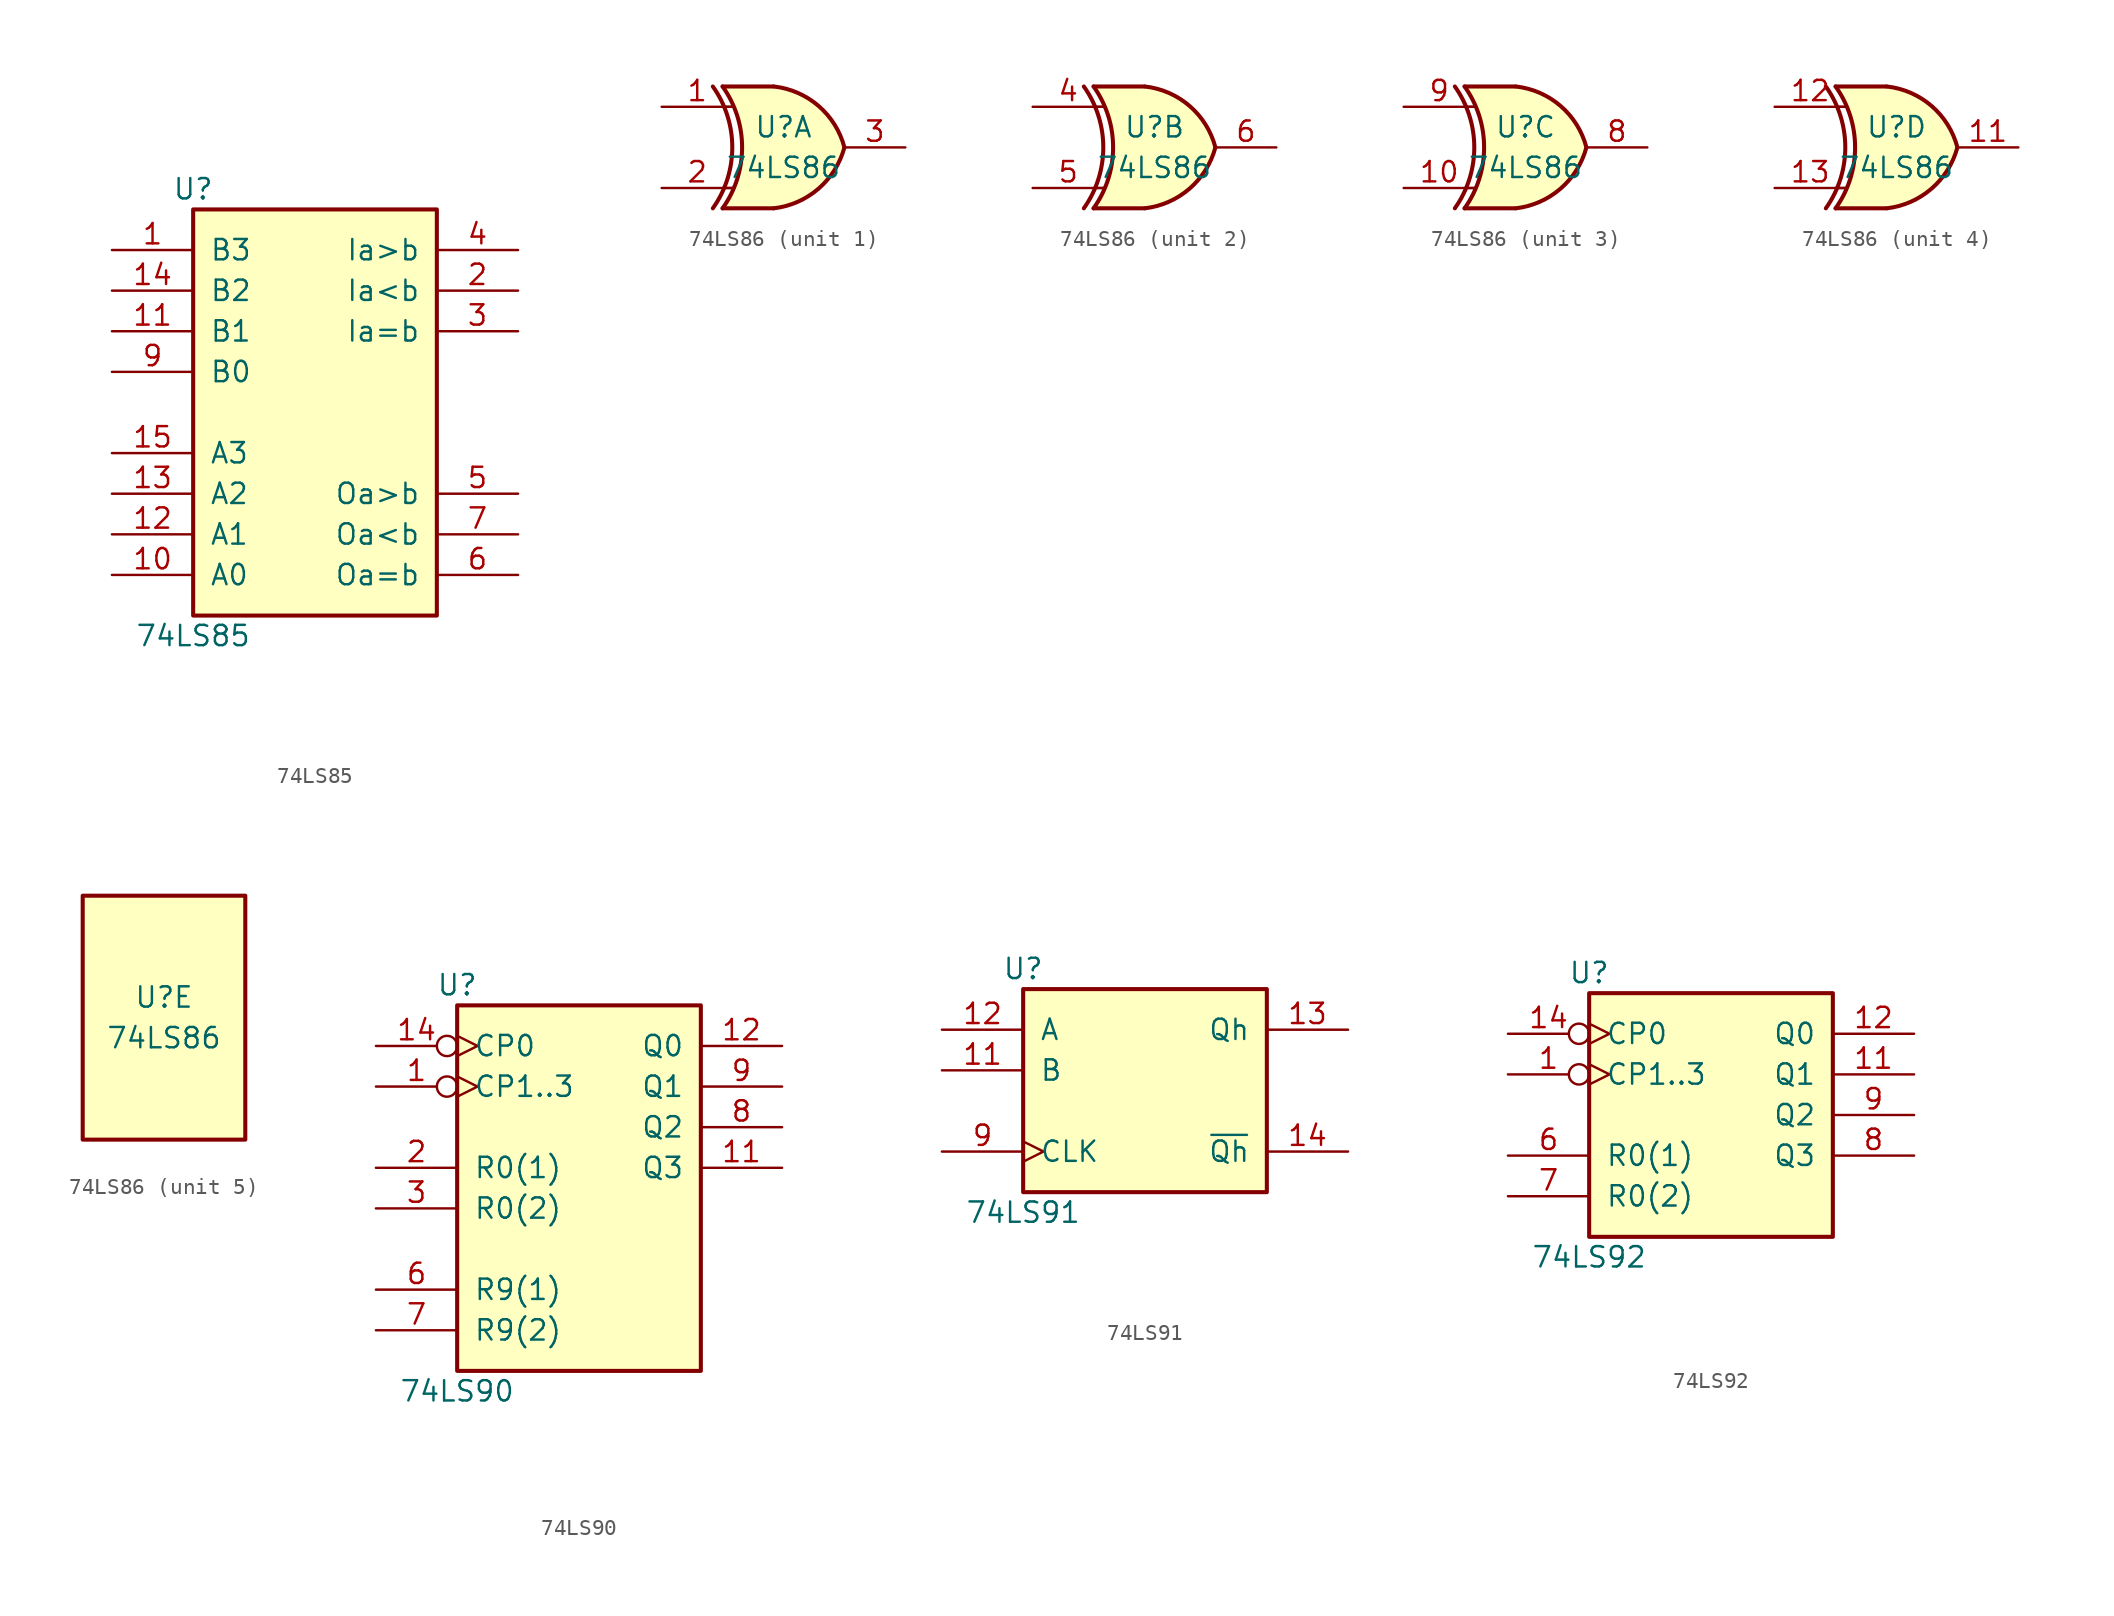
<source format=kicad_sym>
(kicad_symbol_lib
  (version 20211014)
  (generator kicad_symbol_editor)
  (symbol "74LS85"
    (pin_names
      (offset 1.016))
    (property "Reference" "U"
      (at -7.62 13.97 0)
      (effects (font (size 1.27 1.27))))
    (property "Value" "74LS85"
      (at -7.62 -13.97 0)
      (effects (font (size 1.27 1.27))))
    (property "ki_locked" ""
      (at 0 0 0)
      (effects (font (size 1.27 1.27))))
    (symbol "74LS85_1_0"
      (pin input line (at -12.7 10.16 0) (length 5.08) (name "B3" (effects (font (size 1.27 1.27)))) (number "1" (effects (font (size 1.27 1.27)))))
      (pin input line (at -12.7 -10.16 0) (length 5.08) (name "A0" (effects (font (size 1.27 1.27)))) (number "10" (effects (font (size 1.27 1.27)))))
      (pin input line (at -12.7 5.08 0) (length 5.08) (name "B1" (effects (font (size 1.27 1.27)))) (number "11" (effects (font (size 1.27 1.27)))))
      (pin input line (at -12.7 -7.62 0) (length 5.08) (name "A1" (effects (font (size 1.27 1.27)))) (number "12" (effects (font (size 1.27 1.27)))))
      (pin input line (at -12.7 -5.08 0) (length 5.08) (name "A2" (effects (font (size 1.27 1.27)))) (number "13" (effects (font (size 1.27 1.27)))))
      (pin input line (at -12.7 7.62 0) (length 5.08) (name "B2" (effects (font (size 1.27 1.27)))) (number "14" (effects (font (size 1.27 1.27)))))
      (pin input line (at -12.7 -2.54 0) (length 5.08) (name "A3" (effects (font (size 1.27 1.27)))) (number "15" (effects (font (size 1.27 1.27)))))
      (pin input line (at 0 17.78 270) (length 5.08) hide (name "VCC" (effects (font (size 1.27 1.27)))) (number "16" (effects (font (size 1.27 1.27)))))
      (pin input line (at 12.7 7.62 180) (length 5.08) (name "Ia<b" (effects (font (size 1.27 1.27)))) (number "2" (effects (font (size 1.27 1.27)))))
      (pin input line (at 12.7 5.08 180) (length 5.08) (name "Ia=b" (effects (font (size 1.27 1.27)))) (number "3" (effects (font (size 1.27 1.27)))))
      (pin input line (at 12.7 10.16 180) (length 5.08) (name "Ia>b" (effects (font (size 1.27 1.27)))) (number "4" (effects (font (size 1.27 1.27)))))
      (pin output line (at 12.7 -5.08 180) (length 5.08) (name "Oa>b" (effects (font (size 1.27 1.27)))) (number "5" (effects (font (size 1.27 1.27)))))
      (pin output line (at 12.7 -10.16 180) (length 5.08) (name "Oa=b" (effects (font (size 1.27 1.27)))) (number "6" (effects (font (size 1.27 1.27)))))
      (pin output line (at 12.7 -7.62 180) (length 5.08) (name "Oa<b" (effects (font (size 1.27 1.27)))) (number "7" (effects (font (size 1.27 1.27)))))
      (pin input line (at 0 -17.78 90) (length 5.08) hide (name "GND" (effects (font (size 1.27 1.27)))) (number "8" (effects (font (size 1.27 1.27)))))
      (pin input line (at -12.7 2.54 0) (length 5.08) (name "B0" (effects (font (size 1.27 1.27)))) (number "9" (effects (font (size 1.27 1.27))))))
    (symbol "74LS85_1_1"
      (rectangle (start -7.62 12.7) (end 7.62 -12.7) (stroke (width 0.254) (type default) (color 0 0 0 0)) (fill (type background)))))
  (symbol "74LS86"
    (pin_names
      (offset 1.016))
    (property "Reference" "U"
      (at 0 1.27 0)
      (effects (font (size 1.27 1.27))))
    (property "Value" "74LS86"
      (at 0 -1.27 0)
      (effects (font (size 1.27 1.27))))
    (property "ki_locked" ""
      (at 0 0 0)
      (effects (font (size 1.27 1.27))))
    (symbol "74LS86_1_0"
      (arc (start -4.4196 -3.81) (mid -3.2033 0) (end -4.4196 3.81) (stroke (width 0.254) (type default) (color 0 0 0 0)) (fill (type none)))
      (arc (start -3.81 -3.81) (mid -2.589 0) (end -3.81 3.81) (stroke (width 0.254) (type default) (color 0 0 0 0)) (fill (type none)))
      (arc (start -0.6096 -3.81) (mid 2.1842 -2.5851) (end 3.81 0) (stroke (width 0.254) (type default) (color 0 0 0 0)) (fill (type background)))
      (polyline (pts (xy -3.81 -3.81) (xy -0.635 -3.81)) (stroke (width 0.254) (type default) (color 0 0 0 0)) (fill (type background)))
      (polyline (pts (xy -3.81 3.81) (xy -0.635 3.81)) (stroke (width 0.254) (type default) (color 0 0 0 0)) (fill (type background)))
      (polyline (pts (xy -0.635 3.81) (xy -3.81 3.81) (xy -3.81 3.81) (xy -3.556 3.404) (xy -3.023 2.261) (xy -2.692 1.041) (xy -2.616 -0.254) (xy -2.769 -1.499) (xy -3.175 -2.718) (xy -3.81 -3.81) (xy -3.81 -3.81) (xy -0.635 -3.81)) (stroke (width -25.4) (type default) (color 0 0 0 0)) (fill (type background)))
      (arc (start 3.81 0) (mid 2.1915 2.5936) (end -0.6096 3.81) (stroke (width 0.254) (type default) (color 0 0 0 0)) (fill (type background)))
      (pin input line (at -7.62 2.54 0) (length 4.445) (name "~" (effects (font (size 1.27 1.27)))) (number "1" (effects (font (size 1.27 1.27)))))
      (pin input line (at -7.62 -2.54 0) (length 4.445) (name "~" (effects (font (size 1.27 1.27)))) (number "2" (effects (font (size 1.27 1.27)))))
      (pin output line (at 7.62 0 180) (length 3.81) (name "~" (effects (font (size 1.27 1.27)))) (number "3" (effects (font (size 1.27 1.27))))))
    (symbol "74LS86_1_1"
      (polyline (pts (xy -3.81 -2.54) (xy -3.175 -2.54)) (stroke (width 0.152) (type default) (color 0 0 0 0)) (fill (type none)))
      (polyline (pts (xy -3.81 2.54) (xy -3.175 2.54)) (stroke (width 0.152) (type default) (color 0 0 0 0)) (fill (type none))))
    (symbol "74LS86_2_0"
      (arc (start -4.4196 -3.81) (mid -3.2033 0) (end -4.4196 3.81) (stroke (width 0.254) (type default) (color 0 0 0 0)) (fill (type none)))
      (arc (start -3.81 -3.81) (mid -2.589 0) (end -3.81 3.81) (stroke (width 0.254) (type default) (color 0 0 0 0)) (fill (type none)))
      (arc (start -0.6096 -3.81) (mid 2.1842 -2.5851) (end 3.81 0) (stroke (width 0.254) (type default) (color 0 0 0 0)) (fill (type background)))
      (polyline (pts (xy -3.81 -3.81) (xy -0.635 -3.81)) (stroke (width 0.254) (type default) (color 0 0 0 0)) (fill (type background)))
      (polyline (pts (xy -3.81 3.81) (xy -0.635 3.81)) (stroke (width 0.254) (type default) (color 0 0 0 0)) (fill (type background)))
      (polyline (pts (xy -0.635 3.81) (xy -3.81 3.81) (xy -3.81 3.81) (xy -3.556 3.404) (xy -3.023 2.261) (xy -2.692 1.041) (xy -2.616 -0.254) (xy -2.769 -1.499) (xy -3.175 -2.718) (xy -3.81 -3.81) (xy -3.81 -3.81) (xy -0.635 -3.81)) (stroke (width -25.4) (type default) (color 0 0 0 0)) (fill (type background)))
      (arc (start 3.81 0) (mid 2.1915 2.5936) (end -0.6096 3.81) (stroke (width 0.254) (type default) (color 0 0 0 0)) (fill (type background)))
      (pin input line (at -7.62 2.54 0) (length 4.445) (name "~" (effects (font (size 1.27 1.27)))) (number "4" (effects (font (size 1.27 1.27)))))
      (pin input line (at -7.62 -2.54 0) (length 4.445) (name "~" (effects (font (size 1.27 1.27)))) (number "5" (effects (font (size 1.27 1.27)))))
      (pin output line (at 7.62 0 180) (length 3.81) (name "~" (effects (font (size 1.27 1.27)))) (number "6" (effects (font (size 1.27 1.27))))))
    (symbol "74LS86_2_1"
      (polyline (pts (xy -3.81 -2.54) (xy -3.175 -2.54)) (stroke (width 0.152) (type default) (color 0 0 0 0)) (fill (type none)))
      (polyline (pts (xy -3.81 2.54) (xy -3.175 2.54)) (stroke (width 0.152) (type default) (color 0 0 0 0)) (fill (type none))))
    (symbol "74LS86_3_0"
      (arc (start -4.4196 -3.81) (mid -3.2033 0) (end -4.4196 3.81) (stroke (width 0.254) (type default) (color 0 0 0 0)) (fill (type none)))
      (arc (start -3.81 -3.81) (mid -2.589 0) (end -3.81 3.81) (stroke (width 0.254) (type default) (color 0 0 0 0)) (fill (type none)))
      (arc (start -0.6096 -3.81) (mid 2.1842 -2.5851) (end 3.81 0) (stroke (width 0.254) (type default) (color 0 0 0 0)) (fill (type background)))
      (polyline (pts (xy -3.81 -3.81) (xy -0.635 -3.81)) (stroke (width 0.254) (type default) (color 0 0 0 0)) (fill (type background)))
      (polyline (pts (xy -3.81 3.81) (xy -0.635 3.81)) (stroke (width 0.254) (type default) (color 0 0 0 0)) (fill (type background)))
      (polyline (pts (xy -0.635 3.81) (xy -3.81 3.81) (xy -3.81 3.81) (xy -3.556 3.404) (xy -3.023 2.261) (xy -2.692 1.041) (xy -2.616 -0.254) (xy -2.769 -1.499) (xy -3.175 -2.718) (xy -3.81 -3.81) (xy -3.81 -3.81) (xy -0.635 -3.81)) (stroke (width -25.4) (type default) (color 0 0 0 0)) (fill (type background)))
      (arc (start 3.81 0) (mid 2.1915 2.5936) (end -0.6096 3.81) (stroke (width 0.254) (type default) (color 0 0 0 0)) (fill (type background)))
      (pin input line (at -7.62 -2.54 0) (length 4.445) (name "~" (effects (font (size 1.27 1.27)))) (number "10" (effects (font (size 1.27 1.27)))))
      (pin output line (at 7.62 0 180) (length 3.81) (name "~" (effects (font (size 1.27 1.27)))) (number "8" (effects (font (size 1.27 1.27)))))
      (pin input line (at -7.62 2.54 0) (length 4.445) (name "~" (effects (font (size 1.27 1.27)))) (number "9" (effects (font (size 1.27 1.27))))))
    (symbol "74LS86_3_1"
      (polyline (pts (xy -3.81 -2.54) (xy -3.175 -2.54)) (stroke (width 0.152) (type default) (color 0 0 0 0)) (fill (type none)))
      (polyline (pts (xy -3.81 2.54) (xy -3.175 2.54)) (stroke (width 0.152) (type default) (color 0 0 0 0)) (fill (type none))))
    (symbol "74LS86_4_0"
      (arc (start -4.4196 -3.81) (mid -3.2033 0) (end -4.4196 3.81) (stroke (width 0.254) (type default) (color 0 0 0 0)) (fill (type none)))
      (arc (start -3.81 -3.81) (mid -2.589 0) (end -3.81 3.81) (stroke (width 0.254) (type default) (color 0 0 0 0)) (fill (type none)))
      (arc (start -0.6096 -3.81) (mid 2.1842 -2.5851) (end 3.81 0) (stroke (width 0.254) (type default) (color 0 0 0 0)) (fill (type background)))
      (polyline (pts (xy -3.81 -3.81) (xy -0.635 -3.81)) (stroke (width 0.254) (type default) (color 0 0 0 0)) (fill (type background)))
      (polyline (pts (xy -3.81 3.81) (xy -0.635 3.81)) (stroke (width 0.254) (type default) (color 0 0 0 0)) (fill (type background)))
      (polyline (pts (xy -0.635 3.81) (xy -3.81 3.81) (xy -3.81 3.81) (xy -3.556 3.404) (xy -3.023 2.261) (xy -2.692 1.041) (xy -2.616 -0.254) (xy -2.769 -1.499) (xy -3.175 -2.718) (xy -3.81 -3.81) (xy -3.81 -3.81) (xy -0.635 -3.81)) (stroke (width -25.4) (type default) (color 0 0 0 0)) (fill (type background)))
      (arc (start 3.81 0) (mid 2.1915 2.5936) (end -0.6096 3.81) (stroke (width 0.254) (type default) (color 0 0 0 0)) (fill (type background)))
      (pin output line (at 7.62 0 180) (length 3.81) (name "~" (effects (font (size 1.27 1.27)))) (number "11" (effects (font (size 1.27 1.27)))))
      (pin input line (at -7.62 2.54 0) (length 4.445) (name "~" (effects (font (size 1.27 1.27)))) (number "12" (effects (font (size 1.27 1.27)))))
      (pin input line (at -7.62 -2.54 0) (length 4.445) (name "~" (effects (font (size 1.27 1.27)))) (number "13" (effects (font (size 1.27 1.27))))))
    (symbol "74LS86_4_1"
      (polyline (pts (xy -3.81 -2.54) (xy -3.175 -2.54)) (stroke (width 0.152) (type default) (color 0 0 0 0)) (fill (type none)))
      (polyline (pts (xy -3.81 2.54) (xy -3.175 2.54)) (stroke (width 0.152) (type default) (color 0 0 0 0)) (fill (type none))))
    (symbol "74LS86_5_0"
      (pin power_in line (at 0 7.62 270) (length 5.08) hide (name "VCC" (effects (font (size 1.27 1.27)))) (number "14" (effects (font (size 1.27 1.27)))))
      (pin power_in line (at 0 -7.62 90) (length 5.08) hide (name "VSS" (effects (font (size 1.27 1.27)))) (number "7" (effects (font (size 1.27 1.27))))))
    (symbol "74LS86_5_1"
      (rectangle (start -5.08 7.62) (end 5.08 -7.62) (stroke (width 0.254) (type default) (color 0 0 0 0)) (fill (type background)))))
  (symbol "74LS90"
    (pin_names
      (offset 1.016))
    (property "Reference" "U"
      (at -7.62 11.43 0)
      (effects (font (size 1.27 1.27))))
    (property "Value" "74LS90"
      (at -7.62 -13.97 0)
      (effects (font (size 1.27 1.27))))
    (property "ki_locked" ""
      (at 0 0 0)
      (effects (font (size 1.27 1.27))))
    (symbol "74LS90_1_0"
      (pin input inverted_clock (at -12.7 5.08 0) (length 5.08) (name "CP1..3" (effects (font (size 1.27 1.27)))) (number "1" (effects (font (size 1.27 1.27)))))
      (pin input line (at 0 -17.78 90) (length 5.08) hide (name "GND" (effects (font (size 1.27 1.27)))) (number "10" (effects (font (size 1.27 1.27)))))
      (pin output line (at 12.7 0 180) (length 5.08) (name "Q3" (effects (font (size 1.27 1.27)))) (number "11" (effects (font (size 1.27 1.27)))))
      (pin output line (at 12.7 7.62 180) (length 5.08) (name "Q0" (effects (font (size 1.27 1.27)))) (number "12" (effects (font (size 1.27 1.27)))))
      (pin input inverted_clock (at -12.7 7.62 0) (length 5.08) (name "CP0" (effects (font (size 1.27 1.27)))) (number "14" (effects (font (size 1.27 1.27)))))
      (pin input line (at -12.7 0 0) (length 5.08) (name "R0(1)" (effects (font (size 1.27 1.27)))) (number "2" (effects (font (size 1.27 1.27)))))
      (pin input line (at -12.7 -2.54 0) (length 5.08) (name "R0(2)" (effects (font (size 1.27 1.27)))) (number "3" (effects (font (size 1.27 1.27)))))
      (pin input line (at 0 15.24 270) (length 5.08) hide (name "VCC" (effects (font (size 1.27 1.27)))) (number "5" (effects (font (size 1.27 1.27)))))
      (pin input line (at -12.7 -7.62 0) (length 5.08) (name "R9(1)" (effects (font (size 1.27 1.27)))) (number "6" (effects (font (size 1.27 1.27)))))
      (pin input line (at -12.7 -10.16 0) (length 5.08) (name "R9(2)" (effects (font (size 1.27 1.27)))) (number "7" (effects (font (size 1.27 1.27)))))
      (pin output line (at 12.7 2.54 180) (length 5.08) (name "Q2" (effects (font (size 1.27 1.27)))) (number "8" (effects (font (size 1.27 1.27)))))
      (pin output line (at 12.7 5.08 180) (length 5.08) (name "Q1" (effects (font (size 1.27 1.27)))) (number "9" (effects (font (size 1.27 1.27))))))
    (symbol "74LS90_1_1"
      (rectangle (start -7.62 10.16) (end 7.62 -12.7) (stroke (width 0.254) (type default) (color 0 0 0 0)) (fill (type background)))))
  (symbol "74LS91"
    (pin_names
      (offset 1.016))
    (property "Reference" "U"
      (at -7.62 6.35 0)
      (effects (font (size 1.27 1.27))))
    (property "Value" "74LS91"
      (at -7.62 -8.89 0)
      (effects (font (size 1.27 1.27))))
    (property "ki_locked" ""
      (at 0 0 0)
      (effects (font (size 1.27 1.27))))
    (symbol "74LS91_1_0"
      (pin input line (at 0 -12.7 90) (length 5.08) hide (name "GND" (effects (font (size 1.27 1.27)))) (number "10" (effects (font (size 1.27 1.27)))))
      (pin input line (at -12.7 0 0) (length 5.08) (name "B" (effects (font (size 1.27 1.27)))) (number "11" (effects (font (size 1.27 1.27)))))
      (pin input line (at -12.7 2.54 0) (length 5.08) (name "A" (effects (font (size 1.27 1.27)))) (number "12" (effects (font (size 1.27 1.27)))))
      (pin output line (at 12.7 2.54 180) (length 5.08) (name "Qh" (effects (font (size 1.27 1.27)))) (number "13" (effects (font (size 1.27 1.27)))))
      (pin output line (at 12.7 -5.08 180) (length 5.08) (name "~{Qh}" (effects (font (size 1.27 1.27)))) (number "14" (effects (font (size 1.27 1.27)))))
      (pin input line (at 0 10.16 270) (length 5.08) hide (name "VCC" (effects (font (size 1.27 1.27)))) (number "5" (effects (font (size 1.27 1.27)))))
      (pin input clock (at -12.7 -5.08 0) (length 5.08) (name "CLK" (effects (font (size 1.27 1.27)))) (number "9" (effects (font (size 1.27 1.27))))))
    (symbol "74LS91_1_1"
      (rectangle (start -7.62 5.08) (end 7.62 -7.62) (stroke (width 0.254) (type default) (color 0 0 0 0)) (fill (type background)))))
  (symbol "74LS92"
    (pin_names
      (offset 1.016))
    (property "Reference" "U"
      (at -7.62 8.89 0)
      (effects (font (size 1.27 1.27))))
    (property "Value" "74LS92"
      (at -7.62 -8.89 0)
      (effects (font (size 1.27 1.27))))
    (property "ki_locked" ""
      (at 0 0 0)
      (effects (font (size 1.27 1.27))))
    (symbol "74LS92_1_0"
      (pin input inverted_clock (at -12.7 2.54 0) (length 5.08) (name "CP1..3" (effects (font (size 1.27 1.27)))) (number "1" (effects (font (size 1.27 1.27)))))
      (pin input line (at 0 -12.7 90) (length 5.08) hide (name "GND" (effects (font (size 1.27 1.27)))) (number "10" (effects (font (size 1.27 1.27)))))
      (pin output line (at 12.7 2.54 180) (length 5.08) (name "Q1" (effects (font (size 1.27 1.27)))) (number "11" (effects (font (size 1.27 1.27)))))
      (pin output line (at 12.7 5.08 180) (length 5.08) (name "Q0" (effects (font (size 1.27 1.27)))) (number "12" (effects (font (size 1.27 1.27)))))
      (pin input inverted_clock (at -12.7 5.08 0) (length 5.08) (name "CP0" (effects (font (size 1.27 1.27)))) (number "14" (effects (font (size 1.27 1.27)))))
      (pin input line (at 0 12.7 270) (length 5.08) hide (name "VCC" (effects (font (size 1.27 1.27)))) (number "5" (effects (font (size 1.27 1.27)))))
      (pin input line (at -12.7 -2.54 0) (length 5.08) (name "R0(1)" (effects (font (size 1.27 1.27)))) (number "6" (effects (font (size 1.27 1.27)))))
      (pin input line (at -12.7 -5.08 0) (length 5.08) (name "R0(2)" (effects (font (size 1.27 1.27)))) (number "7" (effects (font (size 1.27 1.27)))))
      (pin output line (at 12.7 -2.54 180) (length 5.08) (name "Q3" (effects (font (size 1.27 1.27)))) (number "8" (effects (font (size 1.27 1.27)))))
      (pin output line (at 12.7 0 180) (length 5.08) (name "Q2" (effects (font (size 1.27 1.27)))) (number "9" (effects (font (size 1.27 1.27))))))
    (symbol "74LS92_1_1"
      (rectangle (start -7.62 7.62) (end 7.62 -7.62) (stroke (width 0.254) (type default) (color 0 0 0 0)) (fill (type background))))))
</source>
